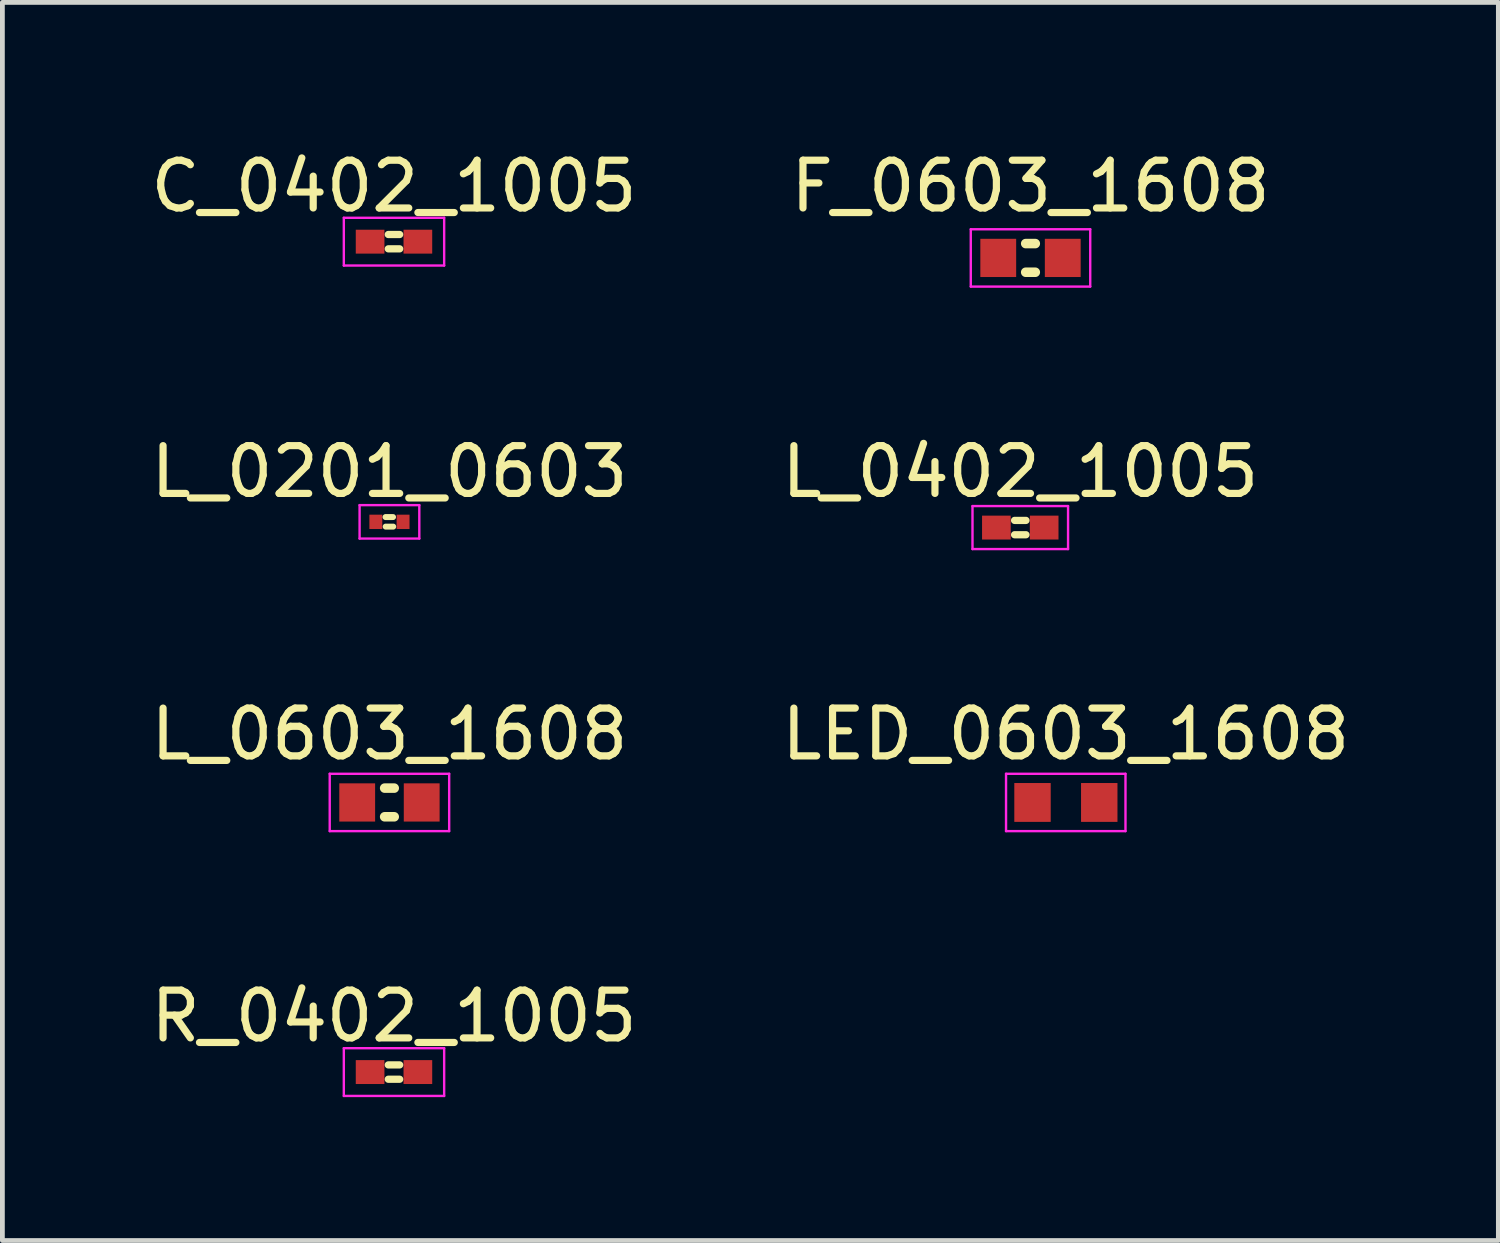
<source format=kicad_pcb>
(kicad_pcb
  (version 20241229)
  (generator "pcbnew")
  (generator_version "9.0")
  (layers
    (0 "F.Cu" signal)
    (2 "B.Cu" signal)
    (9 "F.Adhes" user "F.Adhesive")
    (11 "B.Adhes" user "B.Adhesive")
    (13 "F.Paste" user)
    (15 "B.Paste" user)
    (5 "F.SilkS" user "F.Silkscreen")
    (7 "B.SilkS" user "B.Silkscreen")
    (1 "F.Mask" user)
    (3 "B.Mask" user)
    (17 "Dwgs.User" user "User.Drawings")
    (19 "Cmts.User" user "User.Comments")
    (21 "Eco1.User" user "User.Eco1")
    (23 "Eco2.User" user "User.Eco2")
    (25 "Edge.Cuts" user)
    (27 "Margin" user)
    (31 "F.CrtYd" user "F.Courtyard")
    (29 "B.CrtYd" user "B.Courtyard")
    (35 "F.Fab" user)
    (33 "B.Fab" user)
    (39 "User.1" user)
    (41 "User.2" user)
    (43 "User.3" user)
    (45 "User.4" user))
  (footprint "R_0402_1005"
    (layer "F.Cu")
    (at 5.196 19.388)
    (property "Reference" "R_0402_1005" (at 0 -1.17 0) (layer "F.SilkS") (effects (font (size 1 1) (thickness 0.15))))
    (attr smd)
    (fp_line (start -0.119 -0.15) (end 0.119 -0.15) (stroke (width 0.152) (type solid)) (layer "F.SilkS"))
    (fp_line (start -0.119 0.15) (end 0.119 0.15) (stroke (width 0.152) (type solid)) (layer "F.SilkS"))
    (fp_line (start -1.05 -0.5) (end 1.05 -0.5) (stroke (width 0.05) (type solid)) (layer "F.CrtYd"))
    (fp_line (start -1.05 0.5) (end -1.05 -0.5) (stroke (width 0.05) (type solid)) (layer "F.CrtYd"))
    (fp_line (start 1.05 -0.5) (end 1.05 0.5) (stroke (width 0.05) (type solid)) (layer "F.CrtYd"))
    (fp_line (start 1.05 0.5) (end -1.05 0.5) (stroke (width 0.05) (type solid)) (layer "F.CrtYd"))
    (fp_line (start -0.525 -0.275) (end -0.525 0.275) (stroke (width 0.1) (type solid)) (layer "User.7"))
    (fp_line (start -0.525 -0.275) (end 0.525 -0.275) (stroke (width 0.1) (type solid)) (layer "User.7"))
    (fp_line (start -0.525 0.275) (end 0.525 0.275) (stroke (width 0.1) (type solid)) (layer "User.7"))
    (fp_line (start 0.525 -0.275) (end 0.525 0.275) (stroke (width 0.1) (type solid)) (layer "User.7"))
    (pad "1" smd rect (at -0.5 0 90) (size 0.5 0.6) (layers "F.Cu" "F.Mask" "F.Paste"))
    (pad "2" smd rect (at 0.5 0 90) (size 0.5 0.6) (layers "F.Cu" "F.Mask" "F.Paste")))
  (footprint "L_0201_0603"
    (layer "F.Cu")
    (at 5.101 7.872)
    (property "Reference" "L_0201_0603" (at 0 -1.05 0) (layer "F.SilkS") (effects (font (size 1 1) (thickness 0.15))))
    (attr smd)
    (fp_line (start -0.082 -0.1) (end 0.075 -0.1) (stroke (width 0.125) (type solid)) (layer "F.SilkS"))
    (fp_line (start -0.079 0.1) (end 0.079 0.1) (stroke (width 0.125) (type solid)) (layer "F.SilkS"))
    (fp_line (start -0.625 -0.35) (end 0.625 -0.35) (stroke (width 0.05) (type solid)) (layer "F.CrtYd"))
    (fp_line (start -0.625 0.35) (end -0.625 -0.35) (stroke (width 0.05) (type solid)) (layer "F.CrtYd"))
    (fp_line (start 0.625 -0.35) (end 0.625 0.35) (stroke (width 0.05) (type solid)) (layer "F.CrtYd"))
    (fp_line (start 0.625 0.35) (end -0.625 0.35) (stroke (width 0.05) (type solid)) (layer "F.CrtYd"))
    (pad "1" smd rect (at -0.285 -0.00008 90) (size 0.3 0.27) (layers "F.Cu" "F.Mask" "F.Paste"))
    (pad "2" smd rect (at 0.285 -0.00008 90) (size 0.3 0.27) (layers "F.Cu" "F.Mask" "F.Paste")))
  (footprint "L_0603_1608"
    (layer "F.Cu")
    (at 5.101 13.745)
    (property "Reference" "L_0603_1608" (at 0 -1.43 0) (layer "F.SilkS") (effects (font (size 1 1) (thickness 0.15))))
    (attr smd)
    (fp_line (start 0.1 -0.3) (end -0.1 -0.3) (stroke (width 0.2) (type solid)) (layer "F.SilkS"))
    (fp_line (start 0.1 0.3) (end -0.1 0.3) (stroke (width 0.2) (type solid)) (layer "F.SilkS"))
    (fp_line (start -1.25 -0.6) (end 1.25 -0.6) (stroke (width 0.05) (type solid)) (layer "F.CrtYd"))
    (fp_line (start -1.25 0.6) (end -1.25 -0.6) (stroke (width 0.05) (type solid)) (layer "F.CrtYd"))
    (fp_line (start 1.25 -0.6) (end 1.25 0.6) (stroke (width 0.05) (type solid)) (layer "F.CrtYd"))
    (fp_line (start 1.25 0.6) (end -1.25 0.6) (stroke (width 0.05) (type solid)) (layer "F.CrtYd"))
    (fp_line (start -0.85 0.45) (end -0.85 -0.45) (stroke (width 0.1) (type solid)) (layer "User.7"))
    (fp_line (start 0.85 -0.45) (end -0.85 -0.45) (stroke (width 0.1) (type solid)) (layer "User.7"))
    (fp_line (start 0.85 0.45) (end -0.85 0.45) (stroke (width 0.1) (type solid)) (layer "User.7"))
    (fp_line (start 0.85 0.45) (end 0.85 -0.45) (stroke (width 0.1) (type solid)) (layer "User.7"))
    (pad "1" smd rect (at -0.675 0 90) (size 0.8 0.75) (layers "F.Cu" "F.Mask" "F.Paste"))
    (pad "2" smd rect (at 0.675 0 90) (size 0.8 0.75) (layers "F.Cu" "F.Mask" "F.Paste")))
  (footprint "LED_0603_1608"
    (layer "F.Cu")
    (at 19.256 13.745)
    (property "Reference" "LED_0603_1608" (at 0 -1.43 0) (layer "F.SilkS") (effects (font (size 1 1) (thickness 0.15))))
    (attr smd)
    (fp_line (start -1.25 -0.6) (end 1.25 -0.6) (stroke (width 0.05) (type solid)) (layer "F.CrtYd"))
    (fp_line (start -1.25 0.6) (end -1.25 -0.6) (stroke (width 0.05) (type solid)) (layer "F.CrtYd"))
    (fp_line (start 1.25 -0.6) (end 1.25 0.6) (stroke (width 0.05) (type solid)) (layer "F.CrtYd"))
    (fp_line (start 1.25 0.6) (end -1.25 0.6) (stroke (width 0.05) (type solid)) (layer "F.CrtYd"))
    (fp_line (start -1.125 0.439) (end -1.125 -0.439) (stroke (width 0.1) (type solid)) (layer "User.7"))
    (fp_line (start -0.825 0.439) (end -0.825 -0.439) (stroke (width 0.1) (type solid)) (layer "User.7"))
    (fp_line (start -0.725 0.439) (end -0.725 -0.439) (stroke (width 0.1) (type solid)) (layer "User.7"))
    (fp_line (start 0.475 0.439) (end 0.475 -0.439) (stroke (width 0.1) (type solid)) (layer "User.7"))
    (fp_line (start 0.575 0.439) (end 0.575 -0.439) (stroke (width 0.1) (type solid)) (layer "User.7"))
    (fp_line (start 0.875 -0.439) (end -1.125 -0.439) (stroke (width 0.1) (type solid)) (layer "User.7"))
    (fp_line (start 0.875 0.439) (end -1.125 0.439) (stroke (width 0.1) (type solid)) (layer "User.7"))
    (fp_line (start 0.875 0.439) (end 0.875 -0.439) (stroke (width 0.1) (type solid)) (layer "User.7"))
    (pad "1" smd rect (at -0.696 0 180) (size 0.762 0.813) (layers "F.Cu" "F.Mask" "F.Paste"))
    (pad "2" smd rect (at 0.701 0 180) (size 0.762 0.813) (layers "F.Cu" "F.Mask" "F.Paste")))
  (footprint "C_0402_1005"
    (layer "F.Cu")
    (at 5.196 2.008)
    (property "Reference" "C_0402_1005" (at 0 -1.16 0) (layer "F.SilkS") (effects (font (size 1 1) (thickness 0.15))))
    (attr smd)
    (fp_line (start -0.119 -0.15) (end 0.119 -0.15) (stroke (width 0.152) (type solid)) (layer "F.SilkS"))
    (fp_line (start -0.119 0.15) (end 0.119 0.15) (stroke (width 0.152) (type solid)) (layer "F.SilkS"))
    (fp_line (start -1.05 -0.5) (end 1.05 -0.5) (stroke (width 0.05) (type solid)) (layer "F.CrtYd"))
    (fp_line (start -1.05 0.5) (end -1.05 -0.5) (stroke (width 0.05) (type solid)) (layer "F.CrtYd"))
    (fp_line (start 1.05 -0.5) (end 1.05 0.5) (stroke (width 0.05) (type solid)) (layer "F.CrtYd"))
    (fp_line (start 1.05 0.5) (end -1.05 0.5) (stroke (width 0.05) (type solid)) (layer "F.CrtYd"))
    (fp_line (start -0.525 -0.275) (end -0.525 0.275) (stroke (width 0.1) (type solid)) (layer "User.7"))
    (fp_line (start -0.525 -0.275) (end 0.525 -0.275) (stroke (width 0.1) (type solid)) (layer "User.7"))
    (fp_line (start -0.525 0.275) (end 0.525 0.275) (stroke (width 0.1) (type solid)) (layer "User.7"))
    (fp_line (start 0.525 -0.275) (end 0.525 0.275) (stroke (width 0.1) (type solid)) (layer "User.7"))
    (pad "1" smd rect (at -0.5 0 90) (size 0.5 0.6) (layers "F.Cu" "F.Mask" "F.Paste"))
    (pad "2" smd rect (at 0.5 0 90) (size 0.5 0.6) (layers "F.Cu" "F.Mask" "F.Paste")))
  (footprint "L_0402_1005"
    (layer "F.Cu")
    (at 18.304 7.992)
    (property "Reference" "L_0402_1005" (at 0 -1.17 0) (layer "F.SilkS") (effects (font (size 1 1) (thickness 0.15))))
    (attr smd)
    (fp_line (start -0.119 -0.15) (end 0.119 -0.15) (stroke (width 0.152) (type solid)) (layer "F.SilkS"))
    (fp_line (start -0.119 0.15) (end 0.119 0.15) (stroke (width 0.152) (type solid)) (layer "F.SilkS"))
    (fp_line (start -1 -0.45) (end 1 -0.45) (stroke (width 0.05) (type solid)) (layer "F.CrtYd"))
    (fp_line (start -1 0.45) (end -1 -0.45) (stroke (width 0.05) (type solid)) (layer "F.CrtYd"))
    (fp_line (start 1 -0.45) (end 1 0.45) (stroke (width 0.05) (type solid)) (layer "F.CrtYd"))
    (fp_line (start 1 0.45) (end -1 0.45) (stroke (width 0.05) (type solid)) (layer "F.CrtYd"))
    (fp_line (start -0.525 -0.275) (end -0.525 0.275) (stroke (width 0.1) (type solid)) (layer "User.7"))
    (fp_line (start -0.525 -0.275) (end 0.525 -0.275) (stroke (width 0.1) (type solid)) (layer "User.7"))
    (fp_line (start -0.525 0.275) (end 0.525 0.275) (stroke (width 0.1) (type solid)) (layer "User.7"))
    (fp_line (start 0.525 -0.275) (end 0.525 0.275) (stroke (width 0.1) (type solid)) (layer "User.7"))
    (pad "1" smd rect (at -0.5 0.00002 90) (size 0.5 0.6) (layers "F.Cu" "F.Mask" "F.Paste"))
    (pad "2" smd rect (at 0.5 0.00002 90) (size 0.5 0.6) (layers "F.Cu" "F.Mask" "F.Paste")))
  (footprint "F_0603_1608"
    (layer "F.Cu")
    (at 18.518 2.348)
    (property "Reference" "F_0603_1608" (at 0 -1.5 0) (layer "F.SilkS") (effects (font (size 1 1) (thickness 0.15))))
    (attr smd)
    (fp_line (start 0.1 -0.3) (end -0.1 -0.3) (stroke (width 0.2) (type solid)) (layer "F.SilkS"))
    (fp_line (start 0.1 0.3) (end -0.1 0.3) (stroke (width 0.2) (type solid)) (layer "F.SilkS"))
    (fp_line (start -1.25 -0.6) (end 1.25 -0.6) (stroke (width 0.05) (type solid)) (layer "F.CrtYd"))
    (fp_line (start -1.25 0.6) (end -1.25 -0.6) (stroke (width 0.05) (type solid)) (layer "F.CrtYd"))
    (fp_line (start 1.25 -0.6) (end 1.25 0.6) (stroke (width 0.05) (type solid)) (layer "F.CrtYd"))
    (fp_line (start 1.25 0.6) (end -1.25 0.6) (stroke (width 0.05) (type solid)) (layer "F.CrtYd"))
    (fp_line (start -0.85 0.45) (end -0.85 -0.45) (stroke (width 0.1) (type solid)) (layer "User.7"))
    (fp_line (start 0.85 -0.45) (end -0.85 -0.45) (stroke (width 0.1) (type solid)) (layer "User.7"))
    (fp_line (start 0.85 0.45) (end -0.85 0.45) (stroke (width 0.1) (type solid)) (layer "User.7"))
    (fp_line (start 0.85 0.45) (end 0.85 -0.45) (stroke (width 0.1) (type solid)) (layer "User.7"))
    (pad "1" smd rect (at -0.675 0 90) (size 0.8 0.75) (layers "F.Cu" "F.Mask" "F.Paste"))
    (pad "2" smd rect (at 0.675 0 90) (size 0.8 0.75) (layers "F.Cu" "F.Mask" "F.Paste")))
  (gr_rect
    (start -3 -3)
    (end 28.31 22.913)
    (stroke (width 0.1) (type default))
    (fill no)
    (layer "Edge.Cuts")))
</source>
